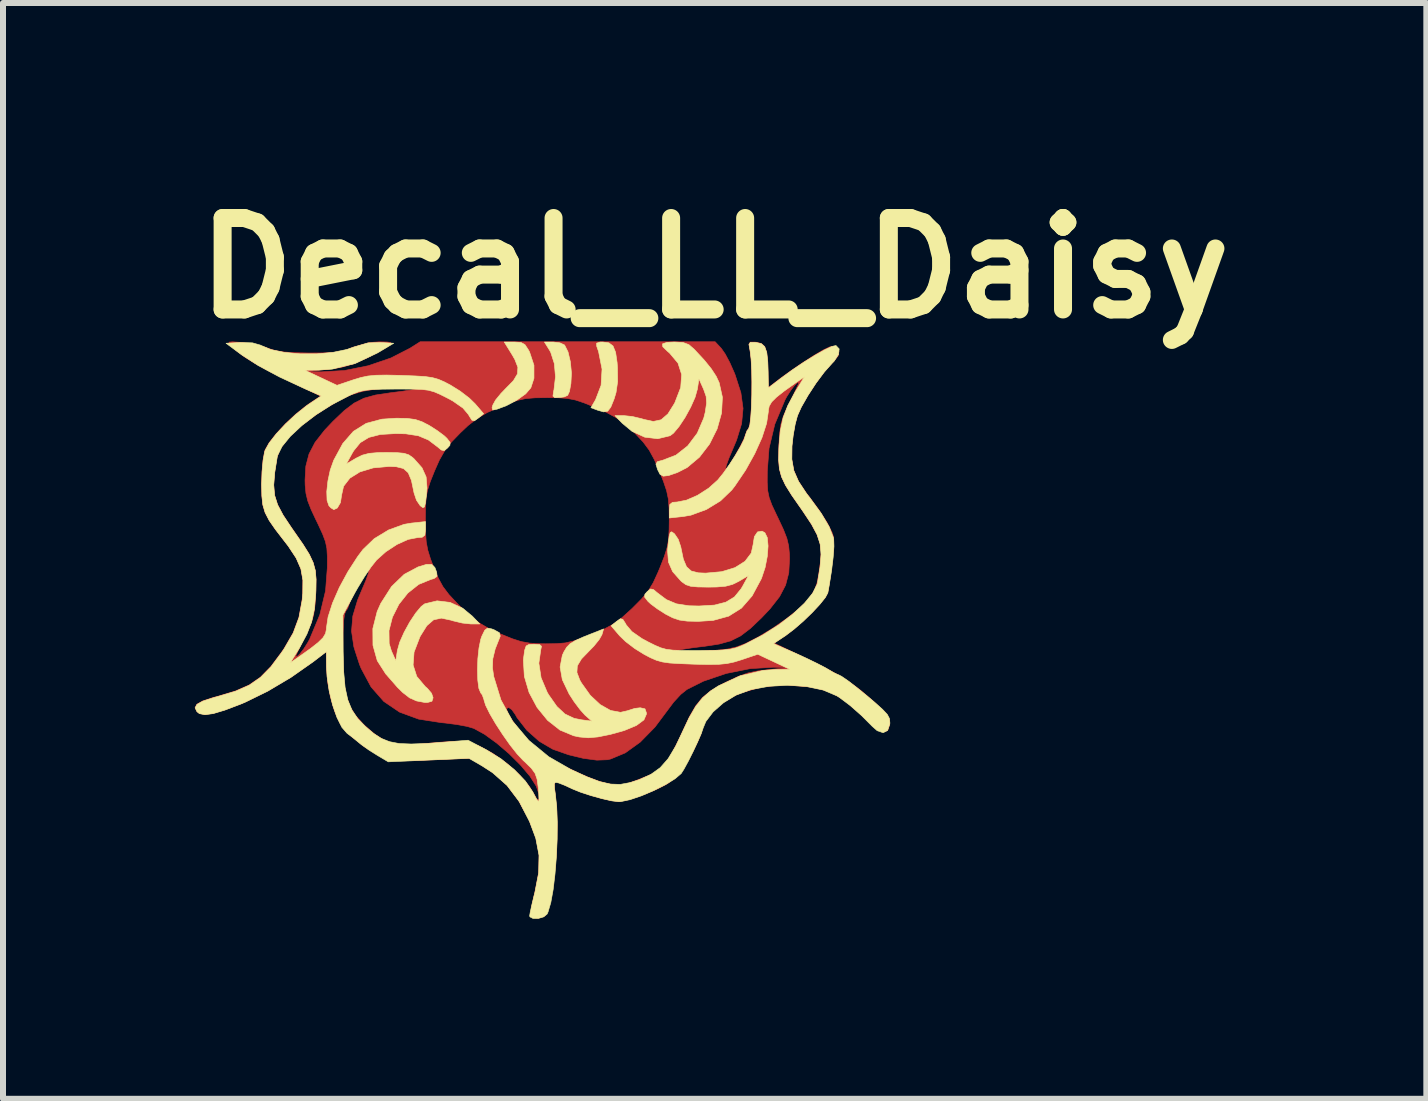
<source format=kicad_pcb>
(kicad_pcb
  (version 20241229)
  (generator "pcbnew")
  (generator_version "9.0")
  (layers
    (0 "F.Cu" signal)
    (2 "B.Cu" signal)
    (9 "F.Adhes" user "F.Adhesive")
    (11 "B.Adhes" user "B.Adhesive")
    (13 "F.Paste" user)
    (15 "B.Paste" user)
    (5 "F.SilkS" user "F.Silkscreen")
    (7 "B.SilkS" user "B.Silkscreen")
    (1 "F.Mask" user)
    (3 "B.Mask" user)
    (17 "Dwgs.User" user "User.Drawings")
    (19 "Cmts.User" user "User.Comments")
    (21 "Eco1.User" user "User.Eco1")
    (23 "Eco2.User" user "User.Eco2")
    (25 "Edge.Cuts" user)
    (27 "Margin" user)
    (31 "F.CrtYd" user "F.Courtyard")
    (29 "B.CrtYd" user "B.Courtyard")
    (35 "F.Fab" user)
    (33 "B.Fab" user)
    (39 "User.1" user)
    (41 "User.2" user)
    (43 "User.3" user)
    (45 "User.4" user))
  (footprint "Decal_LL_Daisy"
    (layer "F.Cu")
    (at 6.061 5.618)
    (property "Reference" "Decal_LL_Daisy" (at 2.8 -4.2 0) (layer "F.SilkS") (effects (font (size 1.524 1.524) (thickness 0.3))))
    (attr through_hole)
    (fp_poly (pts (xy 2.911 -2.861) (xy 2.975 -2.769) (xy 3.052 -2.625) (xy 3.127 -2.456) (xy 3.142 -2.418) (xy 3.237 -2.122) (xy 3.273 -1.861) (xy 3.249 -1.607) (xy 3.166 -1.336) (xy 3.122 -1.231) (xy 3.038 -1.033) (xy 2.992 -0.906) (xy 2.982 -0.852) (xy 3.009 -0.871) (xy 3.073 -0.964) (xy 3.144 -1.081) (xy 3.224 -1.224) (xy 3.283 -1.342) (xy 3.311 -1.414) (xy 3.312 -1.422) (xy 3.34 -1.494) (xy 3.365 -1.526) (xy 3.385 -1.587) (xy 3.401 -1.714) (xy 3.412 -1.888) (xy 3.418 -2.091) (xy 3.42 -2.304) (xy 3.416 -2.509) (xy 3.406 -2.686) (xy 3.391 -2.818) (xy 3.387 -2.837) (xy 3.371 -2.931) (xy 3.393 -2.966) (xy 3.474 -2.966) (xy 3.491 -2.964) (xy 3.576 -2.944) (xy 3.633 -2.893) (xy 3.667 -2.797) (xy 3.684 -2.642) (xy 3.689 -2.473) (xy 3.693 -2.207) (xy 3.916 -2.377) (xy 4.064 -2.484) (xy 4.247 -2.609) (xy 4.43 -2.728) (xy 4.449 -2.74) (xy 4.609 -2.835) (xy 4.716 -2.886) (xy 4.783 -2.899) (xy 4.82 -2.884) (xy 4.871 -2.815) (xy 4.858 -2.738) (xy 4.776 -2.636) (xy 4.751 -2.611) (xy 4.626 -2.472) (xy 4.488 -2.286) (xy 4.354 -2.082) (xy 4.243 -1.886) (xy 4.178 -1.744) (xy 4.14 -1.603) (xy 4.107 -1.418) (xy 4.087 -1.235) (xy 4.084 -1.015) (xy 4.118 -0.828) (xy 4.196 -0.647) (xy 4.328 -0.448) (xy 4.39 -0.369) (xy 4.547 -0.155) (xy 4.673 0.041) (xy 4.755 0.203) (xy 4.777 0.269) (xy 4.784 0.361) (xy 4.777 0.515) (xy 4.758 0.711) (xy 4.731 0.926) (xy 4.697 1.14) (xy 4.684 1.209) (xy 4.643 1.287) (xy 4.55 1.402) (xy 4.423 1.539) (xy 4.275 1.681) (xy 4.123 1.814) (xy 3.982 1.921) (xy 3.966 1.932) (xy 3.788 2.049) (xy 4.332 2.31) (xy 4.623 2.454) (xy 4.857 2.581) (xy 5.054 2.705) (xy 5.236 2.84) (xy 5.423 3.001) (xy 5.566 3.133) (xy 5.669 3.243) (xy 5.714 3.332) (xy 5.718 3.407) (xy 5.683 3.507) (xy 5.612 3.531) (xy 5.503 3.479) (xy 5.398 3.391) (xy 5.186 3.193) (xy 5.016 3.047) (xy 4.871 2.944) (xy 4.735 2.873) (xy 4.592 2.824) (xy 4.427 2.788) (xy 4.395 2.782) (xy 3.979 2.745) (xy 3.586 2.78) (xy 3.227 2.884) (xy 3.122 2.932) (xy 2.923 3.051) (xy 2.76 3.188) (xy 2.646 3.329) (xy 2.594 3.459) (xy 2.593 3.481) (xy 2.573 3.558) (xy 2.52 3.684) (xy 2.447 3.836) (xy 2.364 3.993) (xy 2.283 4.129) (xy 2.241 4.191) (xy 2.142 4.295) (xy 2.019 4.389) (xy 2.004 4.398) (xy 1.856 4.475) (xy 1.677 4.551) (xy 1.493 4.619) (xy 1.328 4.668) (xy 1.211 4.69) (xy 1.201 4.69) (xy 1.074 4.675) (xy 0.897 4.633) (xy 0.699 4.575) (xy 0.509 4.507) (xy 0.36 4.442) (xy 0.248 4.388) (xy 0.166 4.356) (xy 0.146 4.352) (xy 0.133 4.39) (xy 0.134 4.491) (xy 0.149 4.636) (xy 0.149 4.637) (xy 0.169 4.853) (xy 0.175 5.103) (xy 0.17 5.372) (xy 0.154 5.648) (xy 0.13 5.914) (xy 0.098 6.156) (xy 0.059 6.36) (xy 0.016 6.511) (xy -0.03 6.594) (xy -0.038 6.6) (xy -0.135 6.634) (xy -0.226 6.626) (xy -0.263 6.598) (xy -0.264 6.541) (xy -0.246 6.424) (xy -0.212 6.269) (xy -0.197 6.208) (xy -0.132 5.871) (xy -0.126 5.572) (xy -0.181 5.284) (xy -0.298 4.987) (xy -0.471 4.669) (xy -0.662 4.418) (xy -0.884 4.216) (xy -1.069 4.094) (xy -1.281 3.969) (xy -1.937 3.997) (xy -2.187 4.007) (xy -2.369 4.012) (xy -2.499 4.01) (xy -2.594 3.999) (xy -2.67 3.979) (xy -2.744 3.947) (xy -2.805 3.916) (xy -3.034 3.779) (xy -3.253 3.605) (xy -3.35 3.517) (xy -3.445 3.385) (xy -3.532 3.19) (xy -3.603 2.954) (xy -3.651 2.699) (xy -3.671 2.447) (xy -3.671 2.435) (xy -3.673 2.19) (xy -3.895 2.359) (xy -4.262 2.617) (xy -4.65 2.847) (xy -5.025 3.032) (xy -5.107 3.066) (xy -5.365 3.163) (xy -5.558 3.221) (xy -5.696 3.24) (xy -5.789 3.222) (xy -5.83 3.189) (xy -5.86 3.125) (xy -5.829 3.068) (xy -5.731 3.014) (xy -5.559 2.957) (xy -5.472 2.934) (xy -5.186 2.848) (xy -4.959 2.748) (xy -4.769 2.617) (xy -4.597 2.441) (xy -4.42 2.204) (xy -4.377 2.141) (xy -4.225 1.878) (xy -4.129 1.619) (xy -4.076 1.329) (xy -4.066 1.217) (xy -4.063 0.998) (xy -4.097 0.811) (xy -4.175 0.63) (xy -4.307 0.431) (xy -4.369 0.351) (xy -4.521 0.154) (xy -4.626 0.001) (xy -4.694 -0.129) (xy -4.732 -0.258) (xy -4.748 -0.406) (xy -4.751 -0.588) (xy -4.55 -0.588) (xy -4.536 -0.418) (xy -4.486 -0.258) (xy -4.394 -0.085) (xy -4.256 0.123) (xy -4.208 0.191) (xy -4.062 0.403) (xy -3.959 0.567) (xy -3.893 0.706) (xy -3.857 0.839) (xy -3.844 0.987) (xy -3.847 1.17) (xy -3.849 1.229) (xy -3.862 1.431) (xy -3.884 1.582) (xy -3.924 1.715) (xy -3.989 1.864) (xy -4.024 1.934) (xy -4.096 2.08) (xy -4.151 2.195) (xy -4.179 2.26) (xy -4.181 2.267) (xy -4.161 2.276) (xy -4.112 2.23) (xy -4.061 2.163) (xy -3.397 2.163) (xy -3.392 2.489) (xy -3.372 2.746) (xy -3.334 2.95) (xy -3.273 3.115) (xy -3.184 3.258) (xy -3.062 3.394) (xy -3.025 3.43) (xy -2.86 3.573) (xy -2.708 3.669) (xy -2.548 3.725) (xy -2.358 3.745) (xy -2.119 3.735) (xy -1.966 3.72) (xy -1.759 3.701) (xy -1.567 3.69) (xy -1.417 3.689) (xy -1.344 3.695) (xy -1.131 3.764) (xy -0.897 3.889) (xy -0.665 4.055) (xy -0.454 4.244) (xy -0.288 4.439) (xy -0.214 4.562) (xy -0.164 4.65) (xy -0.135 4.662) (xy -0.126 4.639) (xy -0.133 4.554) (xy -0.171 4.441) (xy -0.178 4.427) (xy -0.28 4.267) (xy -0.436 4.083) (xy -0.627 3.893) (xy -0.834 3.716) (xy -1.037 3.569) (xy -1.214 3.472) (xy -1.325 3.439) (xy -1.492 3.408) (xy -1.683 3.383) (xy -1.757 3.376) (xy -2.135 3.317) (xy -2.453 3.2) (xy -2.516 3.157) (xy -0.667 3.157) (xy -0.639 3.232) (xy -0.567 3.347) (xy -0.465 3.485) (xy -0.347 3.625) (xy -0.23 3.75) (xy -0.138 3.831) (xy -0.025 3.92) (xy 0.057 3.99) (xy 0.088 4.024) (xy 0.137 4.054) (xy 0.154 4.055) (xy 0.214 4.073) (xy 0.328 4.12) (xy 0.474 4.188) (xy 0.515 4.208) (xy 0.692 4.286) (xy 0.868 4.352) (xy 1.009 4.391) (xy 1.021 4.393) (xy 1.138 4.414) (xy 1.212 4.428) (xy 1.225 4.431) (xy 1.266 4.42) (xy 1.365 4.386) (xy 1.502 4.336) (xy 1.521 4.328) (xy 1.673 4.268) (xy 1.799 4.212) (xy 1.873 4.171) (xy 1.875 4.17) (xy 1.978 4.06) (xy 2.09 3.884) (xy 2.215 3.634) (xy 2.271 3.512) (xy 2.382 3.272) (xy 2.485 3.094) (xy 2.595 2.959) (xy 2.73 2.849) (xy 2.905 2.745) (xy 2.986 2.703) (xy 3.187 2.608) (xy 3.355 2.548) (xy 3.53 2.512) (xy 3.693 2.493) (xy 4.053 2.458) (xy 3.778 2.452) (xy 3.391 2.476) (xy 2.993 2.556) (xy 2.615 2.684) (xy 2.339 2.822) (xy 2.234 2.906) (xy 2.117 3.033) (xy 2.042 3.133) (xy 1.805 3.45) (xy 1.559 3.701) (xy 1.31 3.88) (xy 1.066 3.982) (xy 1.013 3.994) (xy 0.837 4.001) (xy 0.612 3.971) (xy 0.364 3.911) (xy 0.119 3.825) (xy 0.095 3.815) (xy -0.124 3.686) (xy -0.331 3.502) (xy -0.494 3.292) (xy -0.523 3.24) (xy -0.58 3.16) (xy -0.634 3.122) (xy -0.665 3.14) (xy -0.667 3.157) (xy -2.516 3.157) (xy -2.715 3.022) (xy -2.927 2.78) (xy -3.093 2.47) (xy -3.119 2.406) (xy -3.193 2.178) (xy 2.172 2.178) (xy 2.201 2.186) (xy 2.3 2.19) (xy 2.451 2.188) (xy 2.614 2.183) (xy 2.847 2.169) (xy 3.02 2.148) (xy 3.16 2.116) (xy 3.29 2.067) (xy 3.319 2.055) (xy 3.535 1.944) (xy 3.768 1.802) (xy 3.993 1.646) (xy 4.189 1.492) (xy 4.332 1.355) (xy 4.34 1.345) (xy 4.415 1.25) (xy 4.468 1.158) (xy 4.506 1.048) (xy 4.535 0.896) (xy 4.565 0.684) (xy 4.574 0.528) (xy 4.556 0.384) (xy 4.504 0.235) (xy 4.41 0.063) (xy 4.269 -0.151) (xy 4.229 -0.208) (xy 4.082 -0.42) (xy 3.98 -0.585) (xy 3.914 -0.723) (xy 3.878 -0.856) (xy 3.865 -1.004) (xy 3.868 -1.187) (xy 3.87 -1.247) (xy 3.883 -1.449) (xy 3.905 -1.599) (xy 3.945 -1.733) (xy 4.01 -1.882) (xy 4.045 -1.951) (xy 4.117 -2.097) (xy 4.171 -2.212) (xy 4.2 -2.277) (xy 4.201 -2.284) (xy 4.182 -2.293) (xy 4.133 -2.247) (xy 4.068 -2.162) (xy 4.001 -2.057) (xy 3.971 -2.001) (xy 3.802 -1.597) (xy 3.706 -1.195) (xy 3.677 -0.816) (xy 3.676 -0.627) (xy 3.684 -0.49) (xy 3.708 -0.375) (xy 3.753 -0.252) (xy 3.828 -0.092) (xy 3.858 -0.03) (xy 3.947 0.16) (xy 4.003 0.304) (xy 4.033 0.429) (xy 4.046 0.565) (xy 4.048 0.647) (xy 4.035 0.88) (xy 3.982 1.084) (xy 3.881 1.277) (xy 3.722 1.48) (xy 3.581 1.629) (xy 3.394 1.807) (xy 3.231 1.931) (xy 3.067 2.013) (xy 2.875 2.066) (xy 2.629 2.104) (xy 2.591 2.108) (xy 2.417 2.13) (xy 2.276 2.152) (xy 2.189 2.171) (xy 2.172 2.178) (xy -3.193 2.178) (xy -3.214 2.11) (xy -3.252 1.851) (xy -3.231 1.6) (xy -3.151 1.333) (xy -3.101 1.213) (xy -3.017 1.016) (xy -2.971 0.889) (xy -2.961 0.834) (xy -2.989 0.853) (xy -3.053 0.946) (xy -3.123 1.063) (xy -3.203 1.206) (xy -3.262 1.325) (xy -3.291 1.397) (xy -3.292 1.404) (xy -3.319 1.477) (xy -3.344 1.509) (xy -3.368 1.566) (xy -3.385 1.686) (xy -3.394 1.876) (xy -3.397 2.144) (xy -3.397 2.163) (xy -4.061 2.163) (xy -4.047 2.145) (xy -3.98 2.039) (xy -3.95 1.984) (xy -3.781 1.579) (xy -3.685 1.178) (xy -3.656 0.798) (xy -3.655 0.61) (xy -3.663 0.473) (xy -3.687 0.358) (xy -3.733 0.235) (xy -3.807 0.074) (xy -3.837 0.012) (xy -3.848 -0.01) (xy -2.022 -0.01) (xy -2.022 -0.008) (xy -2.019 0.205) (xy -2.007 0.365) (xy -1.981 0.503) (xy -1.936 0.648) (xy -1.884 0.784) (xy -1.807 0.966) (xy -1.729 1.109) (xy -1.63 1.24) (xy -1.491 1.389) (xy -1.443 1.437) (xy -1.274 1.597) (xy -1.125 1.713) (xy -0.965 1.807) (xy -0.766 1.899) (xy -0.574 1.977) (xy -0.425 2.025) (xy -0.284 2.05) (xy -0.118 2.061) (xy -0.022 2.062) (xy 0.164 2.06) (xy 0.311 2.047) (xy 0.45 2.015) (xy 0.615 1.959) (xy 0.74 1.91) (xy 0.948 1.822) (xy 1.107 1.736) (xy 1.25 1.631) (xy 1.409 1.487) (xy 1.432 1.465) (xy 1.584 1.312) (xy 1.692 1.182) (xy 1.776 1.044) (xy 1.857 0.868) (xy 1.887 0.796) (xy 1.961 0.607) (xy 2.007 0.459) (xy 2.032 0.32) (xy 2.041 0.154) (xy 2.043 0.003) (xy 2.04 -0.199) (xy 2.028 -0.352) (xy 1.999 -0.489) (xy 1.947 -0.644) (xy 1.884 -0.803) (xy 1.794 -1.01) (xy 1.709 -1.166) (xy 1.609 -1.3) (xy 1.476 -1.443) (xy 1.464 -1.454) (xy 1.311 -1.596) (xy 1.164 -1.703) (xy 0.993 -1.797) (xy 0.812 -1.877) (xy 0.622 -1.954) (xy 0.477 -2.002) (xy 0.343 -2.028) (xy 0.189 -2.039) (xy 0.008 -2.041) (xy -0.196 -2.038) (xy -0.35 -2.025) (xy -0.488 -1.995) (xy -0.643 -1.941) (xy -0.779 -1.887) (xy -0.992 -1.792) (xy -1.158 -1.695) (xy -1.313 -1.573) (xy -1.436 -1.457) (xy -1.589 -1.299) (xy -1.699 -1.157) (xy -1.789 -0.999) (xy -1.87 -0.816) (xy -1.94 -0.641) (xy -1.984 -0.503) (xy -2.009 -0.372) (xy -2.019 -0.218) (xy -2.022 -0.01) (xy -3.848 -0.01) (xy -3.926 -0.177) (xy -3.982 -0.321) (xy -4.012 -0.447) (xy -4.025 -0.582) (xy -4.027 -0.665) (xy -4.014 -0.898) (xy -3.961 -1.101) (xy -3.86 -1.295) (xy -3.701 -1.498) (xy -3.56 -1.647) (xy -3.373 -1.825) (xy -3.21 -1.949) (xy -3.046 -2.031) (xy -2.854 -2.084) (xy -2.608 -2.121) (xy -2.57 -2.126) (xy -2.396 -2.148) (xy -2.255 -2.169) (xy -2.168 -2.188) (xy -2.151 -2.195) (xy -2.18 -2.204) (xy -2.279 -2.207) (xy -2.43 -2.206) (xy -2.593 -2.2) (xy -2.853 -2.182) (xy -3.07 -2.146) (xy -3.269 -2.085) (xy -3.471 -1.989) (xy -3.701 -1.851) (xy -3.853 -1.751) (xy -4.111 -1.558) (xy -4.308 -1.37) (xy -4.438 -1.194) (xy -4.492 -1.054) (xy -4.534 -0.793) (xy -4.55 -0.588) (xy -4.751 -0.588) (xy -4.752 -0.593) (xy -4.752 -0.601) (xy -4.745 -0.808) (xy -4.728 -0.997) (xy -4.702 -1.138) (xy -4.694 -1.167) (xy -4.627 -1.287) (xy -4.508 -1.439) (xy -4.354 -1.605) (xy -4.181 -1.767) (xy -4.005 -1.907) (xy -3.945 -1.949) (xy -3.767 -2.067) (xy -4.318 -2.331) (xy -4.618 -2.479) (xy -4.852 -2.606) (xy -5.033 -2.719) (xy -5.174 -2.826) (xy -5.255 -2.9) (xy -5.295 -2.944) (xy -5.293 -2.966) (xy -5.235 -2.971) (xy -5.108 -2.963) (xy -5.086 -2.961) (xy -4.907 -2.936) (xy -4.727 -2.892) (xy -4.646 -2.864) (xy -4.532 -2.827) (xy -4.394 -2.803) (xy -4.212 -2.79) (xy -3.967 -2.785) (xy -3.948 -2.785) (xy -3.719 -2.786) (xy -3.553 -2.794) (xy -3.429 -2.811) (xy -3.326 -2.84) (xy -3.233 -2.878) (xy -2.952 -2.96) (xy -2.789 -2.971) (xy -2.657 -2.968) (xy -2.597 -2.959) (xy -2.597 -2.938) (xy -2.635 -2.905) (xy -2.714 -2.855) (xy -2.843 -2.783) (xy -2.996 -2.703) (xy -3.018 -2.692) (xy -3.224 -2.602) (xy -3.42 -2.546) (xy -3.652 -2.512) (xy -3.674 -2.51) (xy -4.032 -2.476) (xy -3.757 -2.47) (xy -3.369 -2.493) (xy -2.972 -2.573) (xy -2.595 -2.702) (xy -2.277 -2.865) (xy -2.108 -2.972) (xy 0.35 -2.972) (xy 2.808 -2.972) (xy 2.911 -2.861)) (stroke (width 0.01) (type solid)) (fill yes) (layer "F.Cu"))
    (fp_poly (pts (xy -2.168 -2.962) (xy -2.338 -2.863) (xy -2.695 -2.69) (xy -3.092 -2.564) (xy -3.496 -2.493) (xy -3.777 -2.481) (xy -3.897 -2.485) (xy -3.95 -2.488) (xy -3.932 -2.495) (xy -3.838 -2.506) (xy -3.684 -2.521) (xy -3.403 -2.564) (xy -3.148 -2.643) (xy -2.886 -2.767) (xy -2.729 -2.86) (xy -2.575 -2.941) (xy -2.444 -2.975) (xy -2.344 -2.975) (xy -2.168 -2.962)) (stroke (width 0.01) (type solid)) (fill yes) (layer "F.Mask"))
    (fp_poly (pts (xy -0.081 -2.97) (xy -0.001 -2.916) (xy 0.035 -2.868) (xy 0.122 -2.668) (xy 0.153 -2.436) (xy 0.131 -2.232) (xy 0.086 -2.052) (xy -0.142 -2.052) (xy -0.267 -2.057) (xy -0.35 -2.069) (xy -0.369 -2.081) (xy -0.344 -2.131) (xy -0.301 -2.185) (xy -0.232 -2.316) (xy -0.207 -2.487) (xy -0.228 -2.665) (xy -0.279 -2.794) (xy -0.335 -2.892) (xy -0.367 -2.956) (xy -0.369 -2.965) (xy -0.332 -2.977) (xy -0.238 -2.983) (xy -0.205 -2.984) (xy -0.081 -2.97)) (stroke (width 0.01) (type solid)) (fill yes) (layer "F.Mask"))
    (fp_poly (pts (xy 0.372 2.045) (xy 0.393 2.051) (xy 0.368 2.092) (xy 0.324 2.144) (xy 0.277 2.233) (xy 0.241 2.362) (xy 0.234 2.409) (xy 0.23 2.529) (xy 0.252 2.637) (xy 0.311 2.766) (xy 0.354 2.844) (xy 0.448 2.993) (xy 0.547 3.129) (xy 0.615 3.207) (xy 0.734 3.324) (xy 0.616 3.321) (xy 0.495 3.306) (xy 0.414 3.281) (xy 0.249 3.174) (xy 0.096 2.999) (xy 0.03 2.901) (xy -0.088 2.65) (xy -0.133 2.404) (xy -0.112 2.217) (xy -0.085 2.128) (xy -0.046 2.08) (xy 0.029 2.058) (xy 0.16 2.047) (xy 0.288 2.042) (xy 0.372 2.045)) (stroke (width 0.01) (type solid)) (fill yes) (layer "F.Mask"))
    (fp_poly (pts (xy 2.028 0.689) (xy 2.098 0.826) (xy 2.198 0.951) (xy 2.212 0.964) (xy 2.284 1.022) (xy 2.355 1.057) (xy 2.452 1.074) (xy 2.596 1.08) (xy 2.691 1.08) (xy 2.898 1.074) (xy 3.048 1.053) (xy 3.166 1.012) (xy 3.198 0.996) (xy 3.302 0.947) (xy 3.347 0.948) (xy 3.332 1.003) (xy 3.26 1.115) (xy 3.235 1.15) (xy 3.078 1.299) (xy 2.867 1.401) (xy 2.623 1.451) (xy 2.364 1.446) (xy 2.146 1.393) (xy 2.004 1.323) (xy 1.877 1.23) (xy 1.858 1.212) (xy 1.743 1.092) (xy 1.859 0.811) (xy 1.974 0.53) (xy 2.028 0.689)) (stroke (width 0.01) (type solid)) (fill yes) (layer "F.Mask"))
    (fp_poly (pts (xy -1.767 0.989) (xy -1.766 0.999) (xy -1.738 1.058) (xy -1.666 1.152) (xy -1.588 1.237) (xy -1.503 1.332) (xy -1.457 1.398) (xy -1.459 1.419) (xy -1.525 1.388) (xy -1.534 1.377) (xy -1.592 1.348) (xy -1.704 1.336) (xy -1.839 1.34) (xy -1.966 1.359) (xy -2.033 1.38) (xy -2.112 1.447) (xy -2.207 1.57) (xy -2.306 1.728) (xy -2.395 1.898) (xy -2.461 2.058) (xy -2.488 2.16) (xy -2.515 2.329) (xy -2.591 2.16) (xy -2.639 1.956) (xy -2.619 1.736) (xy -2.54 1.515) (xy -2.412 1.31) (xy -2.245 1.138) (xy -2.047 1.016) (xy -1.903 0.97) (xy -1.804 0.961) (xy -1.767 0.989)) (stroke (width 0.01) (type solid)) (fill yes) (layer "F.Mask"))
    (fp_poly (pts (xy 2.614 -2.2) (xy 2.662 -1.997) (xy 2.642 -1.776) (xy 2.563 -1.556) (xy 2.435 -1.351) (xy 2.268 -1.179) (xy 2.071 -1.057) (xy 1.927 -1.011) (xy 1.827 -1.002) (xy 1.777 -1.033) (xy 1.763 -1.063) (xy 1.719 -1.139) (xy 1.636 -1.244) (xy 1.585 -1.301) (xy 1.509 -1.389) (xy 1.475 -1.447) (xy 1.482 -1.46) (xy 1.548 -1.428) (xy 1.557 -1.417) (xy 1.616 -1.389) (xy 1.728 -1.377) (xy 1.862 -1.38) (xy 1.99 -1.399) (xy 2.056 -1.421) (xy 2.135 -1.487) (xy 2.231 -1.611) (xy 2.329 -1.769) (xy 2.418 -1.939) (xy 2.484 -2.099) (xy 2.511 -2.2) (xy 2.538 -2.37) (xy 2.614 -2.2)) (stroke (width 0.01) (type solid)) (fill yes) (layer "F.Mask"))
    (fp_poly (pts (xy -2.28 -1.476) (xy -2.071 -1.406) (xy -1.895 -1.306) (xy -1.836 -1.254) (xy -1.723 -1.137) (xy -1.834 -0.864) (xy -1.89 -0.727) (xy -1.934 -0.625) (xy -1.955 -0.58) (xy -1.955 -0.58) (xy -1.97 -0.607) (xy -1.991 -0.691) (xy -1.993 -0.7) (xy -2.04 -0.811) (xy -2.125 -0.934) (xy -2.164 -0.977) (xy -2.238 -1.047) (xy -2.304 -1.09) (xy -2.385 -1.112) (xy -2.505 -1.12) (xy -2.662 -1.121) (xy -2.87 -1.115) (xy -3.019 -1.095) (xy -3.137 -1.055) (xy -3.175 -1.036) (xy -3.279 -0.988) (xy -3.323 -0.989) (xy -3.309 -1.043) (xy -3.237 -1.156) (xy -3.211 -1.191) (xy -3.061 -1.333) (xy -2.854 -1.438) (xy -2.613 -1.495) (xy -2.489 -1.502) (xy -2.28 -1.476)) (stroke (width 0.01) (type solid)) (fill yes) (layer "F.Mask"))
    (fp_poly (pts (xy 3.257 -2.98) (xy 3.331 -2.963) (xy 3.368 -2.922) (xy 3.387 -2.867) (xy 3.403 -2.764) (xy 3.414 -2.602) (xy 3.419 -2.402) (xy 3.419 -2.185) (xy 3.414 -1.97) (xy 3.405 -1.778) (xy 3.391 -1.628) (xy 3.373 -1.543) (xy 3.372 -1.54) (xy 3.267 -1.327) (xy 3.171 -1.142) (xy 3.087 -0.996) (xy 3.023 -0.899) (xy 2.984 -0.862) (xy 2.976 -0.875) (xy 2.992 -0.925) (xy 3.036 -1.031) (xy 3.099 -1.175) (xy 3.127 -1.235) (xy 3.207 -1.421) (xy 3.252 -1.567) (xy 3.272 -1.707) (xy 3.275 -1.844) (xy 3.241 -2.148) (xy 3.155 -2.457) (xy 3.026 -2.731) (xy 2.995 -2.782) (xy 2.932 -2.881) (xy 2.895 -2.949) (xy 2.89 -2.962) (xy 2.929 -2.974) (xy 3.027 -2.982) (xy 3.122 -2.984) (xy 3.257 -2.98)) (stroke (width 0.01) (type solid)) (fill yes) (layer "F.Mask"))
    (fp_poly (pts (xy -2.975 0.883) (xy -3.013 0.985) (xy -3.072 1.126) (xy -3.102 1.191) (xy -3.216 1.507) (xy -3.255 1.811) (xy -3.22 2.123) (xy -3.162 2.334) (xy -3.017 2.669) (xy -2.825 2.935) (xy -2.583 3.135) (xy -2.286 3.273) (xy -1.93 3.351) (xy -1.804 3.364) (xy -1.532 3.395) (xy -1.305 3.449) (xy -1.104 3.536) (xy -0.908 3.666) (xy -0.698 3.849) (xy -0.544 4.001) (xy -0.352 4.21) (xy -0.216 4.388) (xy -0.139 4.53) (xy -0.124 4.623) (xy -0.143 4.656) (xy -0.176 4.621) (xy -0.213 4.551) (xy -0.338 4.36) (xy -0.522 4.165) (xy -0.742 3.983) (xy -0.978 3.829) (xy -1.207 3.721) (xy -1.343 3.683) (xy -1.446 3.677) (xy -1.608 3.68) (xy -1.805 3.693) (xy -1.965 3.708) (xy -2.239 3.731) (xy -2.452 3.728) (xy -2.625 3.692) (xy -2.778 3.618) (xy -2.934 3.5) (xy -3.024 3.418) (xy -3.154 3.282) (xy -3.251 3.142) (xy -3.319 2.984) (xy -3.363 2.791) (xy -3.387 2.55) (xy -3.396 2.243) (xy -3.396 2.151) (xy -3.393 1.879) (xy -3.384 1.684) (xy -3.368 1.56) (xy -3.345 1.499) (xy -3.343 1.497) (xy -3.297 1.424) (xy -3.29 1.392) (xy -3.271 1.333) (xy -3.223 1.233) (xy -3.157 1.113) (xy -3.086 0.994) (xy -3.022 0.896) (xy -2.978 0.843) (xy -2.967 0.839) (xy -2.975 0.883)) (stroke (width 0.01) (type solid)) (fill yes) (layer "F.Mask"))
    (fp_poly (pts (xy -2.296 -2.216) (xy -2.25 -2.205) (xy -2.287 -2.187) (xy -2.407 -2.164) (xy -2.607 -2.138) (xy -2.848 -2.101) (xy -3.041 -2.046) (xy -3.213 -1.958) (xy -3.389 -1.827) (xy -3.548 -1.683) (xy -3.762 -1.458) (xy -3.906 -1.243) (xy -3.991 -1.02) (xy -4.024 -0.768) (xy -4.026 -0.669) (xy -4.02 -0.517) (xy -4.001 -0.389) (xy -3.962 -0.258) (xy -3.894 -0.098) (xy -3.836 0.027) (xy -3.752 0.21) (xy -3.698 0.344) (xy -3.668 0.46) (xy -3.656 0.586) (xy -3.654 0.749) (xy -3.655 0.807) (xy -3.696 1.237) (xy -3.811 1.654) (xy -3.949 1.972) (xy -4.012 2.082) (xy -4.079 2.179) (xy -4.138 2.247) (xy -4.174 2.268) (xy -4.179 2.255) (xy -4.162 2.211) (xy -4.114 2.109) (xy -4.047 1.971) (xy -4.022 1.922) (xy -3.944 1.758) (xy -3.896 1.622) (xy -3.868 1.482) (xy -3.852 1.304) (xy -3.848 1.218) (xy -3.843 1.021) (xy -3.851 0.866) (xy -3.879 0.731) (xy -3.936 0.596) (xy -4.028 0.44) (xy -4.162 0.243) (xy -4.207 0.179) (xy -4.359 -0.044) (xy -4.463 -0.224) (xy -4.525 -0.385) (xy -4.549 -0.55) (xy -4.54 -0.743) (xy -4.505 -0.986) (xy -4.491 -1.065) (xy -4.426 -1.224) (xy -4.288 -1.402) (xy -4.083 -1.592) (xy -3.852 -1.763) (xy -3.59 -1.931) (xy -3.368 -2.051) (xy -3.163 -2.132) (xy -2.952 -2.181) (xy -2.712 -2.207) (xy -2.634 -2.211) (xy -2.424 -2.218) (xy -2.296 -2.216)) (stroke (width 0.01) (type solid)) (fill yes) (layer "F.Mask"))
    (fp_poly (pts (xy 4.203 -2.296) (xy 4.185 -2.251) (xy 4.138 -2.15) (xy 4.07 -2.012) (xy 4.046 -1.963) (xy 3.968 -1.798) (xy 3.919 -1.663) (xy 3.891 -1.523) (xy 3.876 -1.345) (xy 3.871 -1.258) (xy 3.866 -1.062) (xy 3.874 -0.906) (xy 3.903 -0.771) (xy 3.96 -0.636) (xy 4.051 -0.481) (xy 4.185 -0.284) (xy 4.23 -0.22) (xy 4.383 0.003) (xy 4.487 0.183) (xy 4.548 0.344) (xy 4.572 0.51) (xy 4.564 0.702) (xy 4.528 0.945) (xy 4.514 1.025) (xy 4.449 1.184) (xy 4.311 1.362) (xy 4.107 1.551) (xy 3.876 1.722) (xy 3.613 1.89) (xy 3.391 2.011) (xy 3.186 2.091) (xy 2.975 2.14) (xy 2.736 2.166) (xy 2.658 2.171) (xy 2.483 2.177) (xy 2.349 2.177) (xy 2.272 2.171) (xy 2.26 2.164) (xy 2.312 2.147) (xy 2.425 2.125) (xy 2.58 2.103) (xy 2.631 2.097) (xy 2.872 2.06) (xy 3.065 2.005) (xy 3.236 1.918) (xy 3.412 1.786) (xy 3.571 1.643) (xy 3.785 1.417) (xy 3.93 1.203) (xy 4.014 0.979) (xy 4.047 0.728) (xy 4.049 0.629) (xy 4.043 0.476) (xy 4.024 0.348) (xy 3.985 0.218) (xy 3.918 0.057) (xy 3.86 -0.068) (xy 3.775 -0.25) (xy 3.721 -0.385) (xy 3.692 -0.501) (xy 3.679 -0.626) (xy 3.678 -0.79) (xy 3.678 -0.848) (xy 3.719 -1.278) (xy 3.834 -1.695) (xy 3.972 -2.013) (xy 4.035 -2.123) (xy 4.103 -2.22) (xy 4.161 -2.288) (xy 4.197 -2.309) (xy 4.203 -2.296)) (stroke (width 0.01) (type solid)) (fill yes) (layer "F.Mask"))
    (fp_poly (pts (xy 3.8 2.441) (xy 3.917 2.444) (xy 3.967 2.448) (xy 3.946 2.455) (xy 3.85 2.466) (xy 3.695 2.481) (xy 3.488 2.507) (xy 3.318 2.548) (xy 3.145 2.615) (xy 2.987 2.691) (xy 2.792 2.798) (xy 2.643 2.904) (xy 2.526 3.027) (xy 2.422 3.186) (xy 2.316 3.401) (xy 2.272 3.5) (xy 2.14 3.781) (xy 2.023 3.986) (xy 1.916 4.122) (xy 1.876 4.158) (xy 1.817 4.19) (xy 1.709 4.239) (xy 1.575 4.296) (xy 1.437 4.35) (xy 1.318 4.394) (xy 1.242 4.418) (xy 1.226 4.42) (xy 1.184 4.41) (xy 1.085 4.392) (xy 1.022 4.382) (xy 0.887 4.346) (xy 0.712 4.283) (xy 0.534 4.205) (xy 0.517 4.196) (xy 0.365 4.125) (xy 0.24 4.071) (xy 0.162 4.045) (xy 0.152 4.044) (xy 0.101 4.023) (xy 0.096 4.01) (xy 0.064 3.968) (xy -0.016 3.911) (xy -0.02 3.908) (xy -0.23 3.747) (xy -0.434 3.519) (xy -0.595 3.283) (xy -0.69 3.118) (xy -0.738 3.022) (xy -0.738 2.995) (xy -0.691 3.037) (xy -0.597 3.148) (xy -0.454 3.328) (xy -0.368 3.44) (xy -0.174 3.635) (xy 0.071 3.791) (xy 0.35 3.906) (xy 0.642 3.973) (xy 0.93 3.988) (xy 1.195 3.945) (xy 1.338 3.888) (xy 1.501 3.779) (xy 1.677 3.621) (xy 1.837 3.443) (xy 1.941 3.294) (xy 2.049 3.119) (xy 2.145 2.997) (xy 2.25 2.902) (xy 2.351 2.832) (xy 2.648 2.678) (xy 2.995 2.556) (xy 3.363 2.474) (xy 3.721 2.441) (xy 3.8 2.441)) (stroke (width 0.01) (type solid)) (fill yes) (layer "F.Mask"))
    (fp_poly (pts (xy 1.037 -2.954) (xy 1.106 -2.901) (xy 1.149 -2.796) (xy 1.174 -2.626) (xy 1.18 -2.537) (xy 1.183 -2.309) (xy 1.156 -2.125) (xy 1.124 -2.019) (xy 1.069 -1.883) (xy 1.018 -1.815) (xy 0.949 -1.803) (xy 0.851 -1.831) (xy 0.738 -1.873) (xy 0.816 -2.008) (xy 0.907 -2.246) (xy 0.923 -2.516) (xy 0.865 -2.809) (xy 0.834 -2.898) (xy 0.832 -2.948) (xy 0.889 -2.967) (xy 0.934 -2.968) (xy 1.037 -2.954)) (stroke (width 0.01) (type solid)) (fill yes) (layer "F.SilkS"))
    (fp_poly (pts (xy 0.221 -2.954) (xy 0.296 -2.919) (xy 0.3 -2.915) (xy 0.356 -2.803) (xy 0.395 -2.639) (xy 0.413 -2.452) (xy 0.404 -2.275) (xy 0.403 -2.27) (xy 0.38 -2.144) (xy 0.35 -2.079) (xy 0.293 -2.053) (xy 0.23 -2.045) (xy 0.136 -2.04) (xy 0.105 -2.067) (xy 0.117 -2.15) (xy 0.122 -2.172) (xy 0.147 -2.389) (xy 0.128 -2.608) (xy 0.068 -2.795) (xy 0.049 -2.83) (xy -0.037 -2.968) (xy 0.109 -2.968) (xy 0.221 -2.954)) (stroke (width 0.01) (type solid)) (fill yes) (layer "F.SilkS"))
    (fp_poly (pts (xy -0.429 -2.961) (xy -0.361 -2.923) (xy -0.302 -2.833) (xy -0.285 -2.801) (xy -0.212 -2.581) (xy -0.212 -2.363) (xy -0.264 -2.204) (xy -0.349 -2.105) (xy -0.492 -2.002) (xy -0.671 -1.907) (xy -0.828 -1.848) (xy -0.899 -1.834) (xy -0.91 -1.872) (xy -0.898 -1.916) (xy -0.852 -2) (xy -0.763 -2.109) (xy -0.689 -2.186) (xy -0.554 -2.324) (xy -0.486 -2.438) (xy -0.48 -2.548) (xy -0.531 -2.678) (xy -0.577 -2.758) (xy -0.707 -2.968) (xy -0.539 -2.968) (xy -0.429 -2.961)) (stroke (width 0.01) (type solid)) (fill yes) (layer "F.SilkS"))
    (fp_poly (pts (xy -1.915 0.739) (xy -1.863 0.79) (xy -1.833 0.87) (xy -1.827 0.938) (xy -1.878 0.975) (xy -1.931 0.989) (xy -2.133 1.072) (xy -2.314 1.216) (xy -2.463 1.404) (xy -2.571 1.619) (xy -2.628 1.842) (xy -2.625 2.057) (xy -2.588 2.18) (xy -2.514 2.345) (xy -2.488 2.173) (xy -2.449 2.035) (xy -2.376 1.871) (xy -2.283 1.701) (xy -2.183 1.55) (xy -2.09 1.439) (xy -2.033 1.396) (xy -1.827 1.346) (xy -1.61 1.372) (xy -1.399 1.469) (xy -1.238 1.602) (xy -1.115 1.731) (xy -1.266 1.731) (xy -1.405 1.716) (xy -1.561 1.679) (xy -1.595 1.668) (xy -1.754 1.634) (xy -1.884 1.662) (xy -1.997 1.76) (xy -2.106 1.934) (xy -2.115 1.953) (xy -2.21 2.2) (xy -2.226 2.416) (xy -2.165 2.606) (xy -2.024 2.774) (xy -1.99 2.803) (xy -1.919 2.886) (xy -1.893 2.961) (xy -1.912 3.019) (xy -1.982 3.039) (xy -2.031 3.04) (xy -2.169 3.014) (xy -2.284 2.963) (xy -2.4 2.873) (xy -2.488 2.786) (xy -2.581 2.679) (xy -2.679 2.567) (xy -2.68 2.567) (xy -2.823 2.344) (xy -2.895 2.087) (xy -2.897 1.809) (xy -2.825 1.524) (xy -2.765 1.389) (xy -2.585 1.107) (xy -2.374 0.904) (xy -2.143 0.781) (xy -2.002 0.738) (xy -1.915 0.739)) (stroke (width 0.01) (type solid)) (fill yes) (layer "F.SilkS"))
    (fp_poly (pts (xy 2.273 -2.96) (xy 2.37 -2.924) (xy 2.457 -2.849) (xy 2.458 -2.848) (xy 2.627 -2.666) (xy 2.744 -2.521) (xy 2.825 -2.397) (xy 2.875 -2.29) (xy 2.929 -2.048) (xy 2.915 -1.785) (xy 2.841 -1.52) (xy 2.715 -1.268) (xy 2.546 -1.048) (xy 2.341 -0.876) (xy 2.181 -0.794) (xy 2.034 -0.743) (xy 1.944 -0.732) (xy 1.889 -0.763) (xy 1.849 -0.841) (xy 1.847 -0.847) (xy 1.821 -0.933) (xy 1.846 -0.974) (xy 1.932 -0.997) (xy 2.154 -1.082) (xy 2.351 -1.237) (xy 2.51 -1.448) (xy 2.618 -1.699) (xy 2.643 -1.798) (xy 2.665 -1.948) (xy 2.658 -2.061) (xy 2.616 -2.18) (xy 2.613 -2.187) (xy 2.538 -2.354) (xy 2.512 -2.183) (xy 2.473 -2.045) (xy 2.4 -1.881) (xy 2.307 -1.711) (xy 2.207 -1.56) (xy 2.114 -1.449) (xy 2.057 -1.406) (xy 1.851 -1.356) (xy 1.634 -1.382) (xy 1.423 -1.479) (xy 1.262 -1.612) (xy 1.139 -1.741) (xy 1.29 -1.741) (xy 1.429 -1.726) (xy 1.585 -1.689) (xy 1.619 -1.678) (xy 1.778 -1.644) (xy 1.908 -1.672) (xy 2.021 -1.77) (xy 2.13 -1.944) (xy 2.139 -1.963) (xy 2.234 -2.21) (xy 2.25 -2.426) (xy 2.189 -2.616) (xy 2.048 -2.784) (xy 2.014 -2.813) (xy 1.935 -2.889) (xy 1.931 -2.937) (xy 2.005 -2.962) (xy 2.13 -2.968) (xy 2.273 -2.96)) (stroke (width 0.01) (type solid)) (fill yes) (layer "F.SilkS"))
    (fp_poly (pts (xy 0.921 1.91) (xy 0.875 1.991) (xy 0.788 2.099) (xy 0.713 2.176) (xy 0.579 2.315) (xy 0.511 2.429) (xy 0.504 2.539) (xy 0.552 2.666) (xy 0.58 2.715) (xy 0.727 2.921) (xy 0.893 3.076) (xy 1.065 3.173) (xy 1.231 3.204) (xy 1.345 3.178) (xy 1.467 3.139) (xy 1.559 3.128) (xy 1.639 3.146) (xy 1.663 3.216) (xy 1.663 3.233) (xy 1.621 3.33) (xy 1.497 3.422) (xy 1.294 3.507) (xy 1.061 3.572) (xy 0.854 3.614) (xy 0.694 3.628) (xy 0.546 3.615) (xy 0.451 3.595) (xy 0.222 3.5) (xy 0.015 3.337) (xy -0.16 3.122) (xy -0.293 2.873) (xy -0.372 2.605) (xy -0.388 2.336) (xy -0.384 2.296) (xy -0.366 2.166) (xy -0.342 2.098) (xy -0.296 2.073) (xy -0.212 2.069) (xy -0.116 2.075) (xy -0.086 2.103) (xy -0.099 2.165) (xy -0.13 2.385) (xy -0.093 2.628) (xy 0.009 2.87) (xy 0.033 2.911) (xy 0.17 3.106) (xy 0.305 3.232) (xy 0.456 3.304) (xy 0.576 3.328) (xy 0.753 3.351) (xy 0.639 3.25) (xy 0.558 3.16) (xy 0.458 3.027) (xy 0.374 2.897) (xy 0.261 2.66) (xy 0.224 2.449) (xy 0.261 2.254) (xy 0.288 2.195) (xy 0.333 2.12) (xy 0.39 2.061) (xy 0.478 2.008) (xy 0.616 1.946) (xy 0.729 1.901) (xy 0.949 1.814) (xy 0.921 1.91)) (stroke (width 0.01) (type solid)) (fill yes) (layer "F.SilkS"))
    (fp_poly (pts (xy -2.32 -1.694) (xy -2.188 -1.676) (xy -2.076 -1.638) (xy -1.956 -1.576) (xy -1.823 -1.491) (xy -1.71 -1.407) (xy -1.663 -1.363) (xy -1.609 -1.294) (xy -1.613 -1.246) (xy -1.652 -1.202) (xy -1.707 -1.158) (xy -1.756 -1.168) (xy -1.818 -1.22) (xy -1.972 -1.336) (xy -2.14 -1.406) (xy -2.347 -1.438) (xy -2.515 -1.442) (xy -2.772 -1.427) (xy -2.963 -1.378) (xy -3.106 -1.291) (xy -3.216 -1.156) (xy -3.24 -1.116) (xy -3.339 -0.935) (xy -3.177 -1.031) (xy -3.073 -1.082) (xy -2.96 -1.112) (xy -2.81 -1.125) (xy -2.669 -1.127) (xy -2.492 -1.124) (xy -2.376 -1.113) (xy -2.297 -1.087) (xy -2.232 -1.041) (xy -2.21 -1.021) (xy -2.078 -0.872) (xy -2.009 -0.719) (xy -1.994 -0.533) (xy -2.003 -0.425) (xy -2.02 -0.287) (xy -2.037 -0.219) (xy -2.063 -0.207) (xy -2.104 -0.237) (xy -2.109 -0.242) (xy -2.17 -0.332) (xy -2.211 -0.455) (xy -2.213 -0.466) (xy -2.254 -0.662) (xy -2.307 -0.788) (xy -2.386 -0.859) (xy -2.505 -0.889) (xy -2.626 -0.894) (xy -2.891 -0.87) (xy -3.113 -0.803) (xy -3.281 -0.698) (xy -3.385 -0.563) (xy -3.417 -0.42) (xy -3.437 -0.291) (xy -3.489 -0.202) (xy -3.547 -0.174) (xy -3.595 -0.203) (xy -3.629 -0.239) (xy -3.66 -0.329) (xy -3.665 -0.474) (xy -3.646 -0.651) (xy -3.607 -0.834) (xy -3.549 -0.997) (xy -3.398 -1.276) (xy -3.221 -1.479) (xy -3.008 -1.612) (xy -2.747 -1.682) (xy -2.504 -1.698) (xy -2.32 -1.694)) (stroke (width 0.01) (type solid)) (fill yes) (layer "F.SilkS"))
    (fp_poly (pts (xy 3.637 0.211) (xy 3.677 0.292) (xy 3.69 0.431) (xy 3.677 0.604) (xy 3.641 0.79) (xy 3.582 0.967) (xy 3.574 0.985) (xy 3.424 1.264) (xy 3.247 1.467) (xy 3.034 1.601) (xy 2.775 1.672) (xy 2.528 1.688) (xy 2.344 1.684) (xy 2.212 1.666) (xy 2.1 1.628) (xy 1.98 1.566) (xy 1.847 1.481) (xy 1.734 1.397) (xy 1.687 1.353) (xy 1.633 1.284) (xy 1.637 1.236) (xy 1.676 1.192) (xy 1.731 1.148) (xy 1.78 1.158) (xy 1.842 1.21) (xy 1.996 1.326) (xy 2.164 1.396) (xy 2.371 1.428) (xy 2.539 1.432) (xy 2.796 1.417) (xy 2.987 1.368) (xy 3.13 1.281) (xy 3.24 1.146) (xy 3.264 1.106) (xy 3.363 0.925) (xy 3.201 1.021) (xy 3.097 1.072) (xy 2.984 1.102) (xy 2.834 1.115) (xy 2.693 1.117) (xy 2.516 1.114) (xy 2.4 1.103) (xy 2.321 1.077) (xy 2.256 1.031) (xy 2.234 1.011) (xy 2.099 0.858) (xy 2.03 0.7) (xy 2.015 0.509) (xy 2.024 0.411) (xy 2.041 0.273) (xy 2.059 0.206) (xy 2.084 0.195) (xy 2.127 0.226) (xy 2.132 0.231) (xy 2.193 0.321) (xy 2.235 0.445) (xy 2.237 0.456) (xy 2.278 0.652) (xy 2.331 0.778) (xy 2.41 0.849) (xy 2.529 0.879) (xy 2.65 0.884) (xy 2.917 0.86) (xy 3.139 0.792) (xy 3.306 0.687) (xy 3.41 0.549) (xy 3.441 0.407) (xy 3.462 0.275) (xy 3.515 0.197) (xy 3.59 0.185) (xy 3.637 0.211)) (stroke (width 0.01) (type solid)) (fill yes) (layer "F.SilkS"))
    (fp_poly (pts (xy 3.476 -2.962) (xy 3.493 -2.96) (xy 3.578 -2.94) (xy 3.634 -2.889) (xy 3.668 -2.793) (xy 3.685 -2.639) (xy 3.691 -2.469) (xy 3.695 -2.203) (xy 3.917 -2.373) (xy 4.101 -2.507) (xy 4.291 -2.635) (xy 4.472 -2.747) (xy 4.63 -2.836) (xy 4.751 -2.893) (xy 4.819 -2.909) (xy 4.822 -2.909) (xy 4.875 -2.853) (xy 4.864 -2.761) (xy 4.793 -2.651) (xy 4.752 -2.608) (xy 4.628 -2.468) (xy 4.489 -2.282) (xy 4.356 -2.078) (xy 4.244 -1.883) (xy 4.18 -1.74) (xy 4.142 -1.599) (xy 4.109 -1.414) (xy 4.088 -1.231) (xy 4.086 -1.012) (xy 4.119 -0.824) (xy 4.198 -0.644) (xy 4.33 -0.444) (xy 4.391 -0.365) (xy 4.578 -0.109) (xy 4.708 0.111) (xy 4.777 0.287) (xy 4.784 0.318) (xy 4.788 0.438) (xy 4.775 0.62) (xy 4.748 0.843) (xy 4.709 1.088) (xy 4.686 1.213) (xy 4.644 1.291) (xy 4.551 1.407) (xy 4.423 1.544) (xy 4.275 1.687) (xy 4.121 1.82) (xy 3.979 1.928) (xy 3.963 1.938) (xy 3.781 2.059) (xy 4.151 2.221) (xy 4.334 2.305) (xy 4.507 2.389) (xy 4.642 2.459) (xy 4.678 2.48) (xy 4.78 2.54) (xy 4.849 2.574) (xy 4.861 2.577) (xy 4.915 2.604) (xy 5.021 2.677) (xy 5.165 2.788) (xy 5.337 2.928) (xy 5.465 3.036) (xy 5.598 3.155) (xy 5.677 3.239) (xy 5.713 3.307) (xy 5.72 3.377) (xy 5.719 3.398) (xy 5.682 3.506) (xy 5.608 3.544) (xy 5.509 3.51) (xy 5.425 3.436) (xy 5.249 3.259) (xy 5.06 3.092) (xy 4.886 2.961) (xy 4.838 2.93) (xy 4.61 2.833) (xy 4.33 2.774) (xy 4.021 2.753) (xy 3.706 2.77) (xy 3.409 2.825) (xy 3.157 2.917) (xy 2.948 3.044) (xy 2.774 3.197) (xy 2.653 3.357) (xy 2.608 3.466) (xy 2.576 3.56) (xy 2.515 3.7) (xy 2.439 3.862) (xy 2.36 4.02) (xy 2.289 4.15) (xy 2.242 4.224) (xy 2.14 4.311) (xy 1.98 4.41) (xy 1.785 4.508) (xy 1.581 4.595) (xy 1.389 4.66) (xy 1.236 4.692) (xy 1.203 4.694) (xy 1.088 4.68) (xy 0.924 4.643) (xy 0.739 4.592) (xy 0.564 4.535) (xy 0.426 4.479) (xy 0.412 4.472) (xy 0.295 4.418) (xy 0.199 4.381) (xy 0.146 4.371) (xy 0.126 4.394) (xy 0.13 4.471) (xy 0.143 4.556) (xy 0.167 4.771) (xy 0.177 5.03) (xy 0.175 5.316) (xy 0.162 5.611) (xy 0.139 5.898) (xy 0.108 6.159) (xy 0.069 6.375) (xy 0.023 6.531) (xy 0.008 6.565) (xy -0.05 6.613) (xy -0.138 6.639) (xy -0.226 6.64) (xy -0.279 6.613) (xy -0.284 6.595) (xy -0.274 6.536) (xy -0.248 6.416) (xy -0.21 6.259) (xy -0.196 6.204) (xy -0.133 5.879) (xy -0.127 5.589) (xy -0.181 5.305) (xy -0.284 5.027) (xy -0.457 4.692) (xy -0.659 4.424) (xy -0.903 4.209) (xy -1.075 4.098) (xy -1.294 3.971) (xy -1.967 4) (xy -2.64 4.029) (xy -2.827 3.918) (xy -2.963 3.832) (xy -3.088 3.743) (xy -3.127 3.711) (xy -3.233 3.624) (xy -3.327 3.553) (xy -3.413 3.454) (xy -3.495 3.29) (xy -3.568 3.081) (xy -3.625 2.846) (xy -3.66 2.606) (xy -3.669 2.438) (xy -3.671 2.193) (xy -3.893 2.363) (xy -4.261 2.621) (xy -4.648 2.851) (xy -5.024 3.035) (xy -5.105 3.069) (xy -5.363 3.167) (xy -5.557 3.225) (xy -5.695 3.244) (xy -5.787 3.226) (xy -5.828 3.193) (xy -5.858 3.129) (xy -5.828 3.072) (xy -5.73 3.017) (xy -5.557 2.961) (xy -5.47 2.937) (xy -5.184 2.852) (xy -4.957 2.752) (xy -4.768 2.621) (xy -4.595 2.445) (xy -4.418 2.208) (xy -4.375 2.145) (xy -4.223 1.882) (xy -4.127 1.623) (xy -4.074 1.333) (xy -4.064 1.221) (xy -4.062 1.002) (xy -4.095 0.814) (xy -4.174 0.634) (xy -4.306 0.434) (xy -4.367 0.355) (xy -4.519 0.158) (xy -4.625 0.005) (xy -4.692 -0.126) (xy -4.73 -0.254) (xy -4.746 -0.402) (xy -4.75 -0.589) (xy -4.75 -0.598) (xy -4.743 -0.805) (xy -4.726 -0.993) (xy -4.701 -1.134) (xy -4.692 -1.163) (xy -4.625 -1.284) (xy -4.506 -1.437) (xy -4.351 -1.603) (xy -4.176 -1.765) (xy -3.999 -1.907) (xy -3.939 -1.948) (xy -3.757 -2.069) (xy -4.021 -2.185) (xy -4.452 -2.385) (xy -4.803 -2.573) (xy -5.078 -2.75) (xy -5.105 -2.77) (xy -5.343 -2.947) (xy -5.101 -2.96) (xy -4.903 -2.954) (xy -4.77 -2.916) (xy -4.763 -2.912) (xy -4.596 -2.842) (xy -4.37 -2.795) (xy -4.108 -2.771) (xy -3.831 -2.771) (xy -3.564 -2.795) (xy -3.328 -2.844) (xy -3.212 -2.885) (xy -2.978 -2.953) (xy -2.778 -2.96) (xy -2.549 -2.947) (xy -2.819 -2.786) (xy -3.191 -2.61) (xy -3.574 -2.516) (xy -3.796 -2.5) (xy -4.031 -2.498) (xy -3.762 -2.372) (xy -3.494 -2.246) (xy -3.225 -2.337) (xy -3.098 -2.376) (xy -2.979 -2.401) (xy -2.845 -2.414) (xy -2.673 -2.417) (xy -2.442 -2.412) (xy -2.414 -2.411) (xy -2.187 -2.402) (xy -2.024 -2.392) (xy -1.903 -2.374) (xy -1.804 -2.346) (xy -1.705 -2.303) (xy -1.604 -2.25) (xy -1.443 -2.15) (xy -1.29 -2.033) (xy -1.193 -1.939) (xy -1.05 -1.772) (xy -1.141 -1.699) (xy -1.205 -1.654) (xy -1.245 -1.664) (xy -1.292 -1.737) (xy -1.302 -1.757) (xy -1.396 -1.868) (xy -1.564 -1.985) (xy -1.66 -2.037) (xy -1.78 -2.097) (xy -1.876 -2.138) (xy -1.97 -2.164) (xy -2.083 -2.178) (xy -2.234 -2.183) (xy -2.444 -2.184) (xy -2.503 -2.184) (xy -2.736 -2.182) (xy -2.905 -2.176) (xy -3.03 -2.163) (xy -3.132 -2.139) (xy -3.23 -2.102) (xy -3.296 -2.072) (xy -3.579 -1.924) (xy -3.844 -1.756) (xy -4.078 -1.577) (xy -4.271 -1.397) (xy -4.41 -1.227) (xy -4.485 -1.076) (xy -4.491 -1.05) (xy -4.533 -0.789) (xy -4.549 -0.585) (xy -4.535 -0.414) (xy -4.484 -0.254) (xy -4.393 -0.082) (xy -4.254 0.127) (xy -4.207 0.195) (xy -4.06 0.406) (xy -3.957 0.571) (xy -3.892 0.709) (xy -3.856 0.841) (xy -3.843 0.988) (xy -3.846 1.171) (xy -3.849 1.233) (xy -3.871 1.484) (xy -3.917 1.696) (xy -3.996 1.901) (xy -4.118 2.128) (xy -4.17 2.213) (xy -4.272 2.378) (xy -4.13 2.279) (xy -3.939 2.143) (xy -3.808 2.04) (xy -3.727 1.96) (xy -3.685 1.889) (xy -3.671 1.818) (xy -3.671 1.801) (xy -3.643 1.614) (xy -3.569 1.383) (xy -3.456 1.125) (xy -3.313 0.861) (xy -3.15 0.608) (xy -3.062 0.491) (xy -2.874 0.31) (xy -2.635 0.165) (xy -2.377 0.071) (xy -2.253 0.05) (xy -2.02 0.025) (xy -2.02 0.158) (xy -2.029 0.251) (xy -2.074 0.286) (xy -2.148 0.291) (xy -2.309 0.322) (xy -2.495 0.406) (xy -2.681 0.528) (xy -2.835 0.666) (xy -2.927 0.782) (xy -3.037 0.945) (xy -3.149 1.129) (xy -3.195 1.21) (xy -3.396 1.583) (xy -3.392 2.196) (xy -3.383 2.528) (xy -3.359 2.791) (xy -3.314 2.999) (xy -3.244 3.168) (xy -3.146 3.312) (xy -3.024 3.438) (xy -2.887 3.554) (xy -2.758 3.638) (xy -2.62 3.693) (xy -2.46 3.724) (xy -2.259 3.732) (xy -2.003 3.723) (xy -1.76 3.705) (xy -1.31 3.669) (xy -1.001 3.831) (xy -0.761 3.979) (xy -0.54 4.158) (xy -0.356 4.348) (xy -0.231 4.531) (xy -0.222 4.55) (xy -0.173 4.643) (xy -0.138 4.692) (xy -0.134 4.694) (xy -0.128 4.656) (xy -0.131 4.557) (xy -0.141 4.451) (xy -0.16 4.317) (xy -0.193 4.222) (xy -0.255 4.136) (xy -0.363 4.031) (xy -0.391 4.006) (xy -0.492 3.898) (xy -0.61 3.749) (xy -0.732 3.576) (xy -0.849 3.396) (xy -0.948 3.227) (xy -1.017 3.087) (xy -1.046 2.994) (xy -1.046 2.988) (xy -1.074 2.912) (xy -1.099 2.88) (xy -1.13 2.805) (xy -1.148 2.669) (xy -1.153 2.496) (xy -1.147 2.31) (xy -1.128 2.132) (xy -1.099 1.988) (xy -1.08 1.934) (xy -1.032 1.836) (xy -0.987 1.801) (xy -0.918 1.813) (xy -0.879 1.827) (xy -0.788 1.877) (xy -0.773 1.934) (xy -0.776 1.941) (xy -0.858 2.148) (xy -0.898 2.312) (xy -0.903 2.465) (xy -0.882 2.608) (xy -0.762 2.998) (xy -0.566 3.354) (xy -0.298 3.671) (xy 0.036 3.945) (xy 0.401 4.155) (xy 0.67 4.278) (xy 0.885 4.359) (xy 1.065 4.4) (xy 1.228 4.405) (xy 1.392 4.375) (xy 1.546 4.325) (xy 1.738 4.238) (xy 1.893 4.126) (xy 2.026 3.975) (xy 2.15 3.768) (xy 2.253 3.551) (xy 2.373 3.297) (xy 2.484 3.106) (xy 2.599 2.962) (xy 2.733 2.847) (xy 2.861 2.764) (xy 3.224 2.596) (xy 3.604 2.506) (xy 3.82 2.49) (xy 4.055 2.488) (xy 3.786 2.362) (xy 3.518 2.236) (xy 3.249 2.327) (xy 3.122 2.366) (xy 3.003 2.391) (xy 2.869 2.404) (xy 2.697 2.407) (xy 2.466 2.402) (xy 2.438 2.401) (xy 2.211 2.392) (xy 2.048 2.382) (xy 1.927 2.364) (xy 1.828 2.336) (xy 1.729 2.293) (xy 1.628 2.24) (xy 1.467 2.14) (xy 1.314 2.023) (xy 1.217 1.929) (xy 1.074 1.762) (xy 1.165 1.689) (xy 1.229 1.644) (xy 1.269 1.654) (xy 1.316 1.727) (xy 1.326 1.747) (xy 1.42 1.858) (xy 1.588 1.975) (xy 1.684 2.027) (xy 1.804 2.087) (xy 1.9 2.128) (xy 1.994 2.154) (xy 2.107 2.168) (xy 2.258 2.173) (xy 2.468 2.174) (xy 2.527 2.174) (xy 2.76 2.172) (xy 2.929 2.166) (xy 3.054 2.153) (xy 3.156 2.129) (xy 3.254 2.092) (xy 3.32 2.062) (xy 3.603 1.914) (xy 3.868 1.746) (xy 4.102 1.567) (xy 4.295 1.387) (xy 4.434 1.217) (xy 4.509 1.066) (xy 4.515 1.04) (xy 4.557 0.779) (xy 4.573 0.575) (xy 4.559 0.404) (xy 4.508 0.244) (xy 4.417 0.072) (xy 4.278 -0.137) (xy 4.231 -0.205) (xy 4.084 -0.416) (xy 3.981 -0.581) (xy 3.916 -0.719) (xy 3.88 -0.851) (xy 3.867 -0.998) (xy 3.87 -1.181) (xy 3.873 -1.243) (xy 3.895 -1.494) (xy 3.941 -1.706) (xy 4.02 -1.911) (xy 4.142 -2.138) (xy 4.194 -2.223) (xy 4.296 -2.388) (xy 4.154 -2.289) (xy 3.963 -2.153) (xy 3.832 -2.05) (xy 3.751 -1.97) (xy 3.709 -1.899) (xy 3.695 -1.828) (xy 3.695 -1.811) (xy 3.666 -1.614) (xy 3.588 -1.373) (xy 3.468 -1.107) (xy 3.316 -0.833) (xy 3.138 -0.57) (xy 3.085 -0.501) (xy 2.898 -0.321) (xy 2.661 -0.176) (xy 2.404 -0.082) (xy 2.277 -0.06) (xy 2.044 -0.035) (xy 2.044 -0.168) (xy 2.053 -0.261) (xy 2.098 -0.296) (xy 2.172 -0.301) (xy 2.33 -0.332) (xy 2.515 -0.413) (xy 2.699 -0.531) (xy 2.851 -0.667) (xy 2.942 -0.779) (xy 3.044 -0.922) (xy 3.145 -1.078) (xy 3.232 -1.227) (xy 3.292 -1.347) (xy 3.314 -1.417) (xy 3.341 -1.491) (xy 3.367 -1.523) (xy 3.387 -1.584) (xy 3.402 -1.71) (xy 3.414 -1.885) (xy 3.42 -2.088) (xy 3.421 -2.301) (xy 3.418 -2.505) (xy 3.408 -2.682) (xy 3.392 -2.814) (xy 3.389 -2.833) (xy 3.372 -2.928) (xy 3.395 -2.963) (xy 3.476 -2.962)) (stroke (width 0.01) (type solid)) (fill yes) (layer "F.SilkS")))
  (gr_rect
    (start -3 -3)
    (end 20.722 15.263)
    (stroke (width 0.1) (type default))
    (fill no)
    (layer "Edge.Cuts")))
</source>
